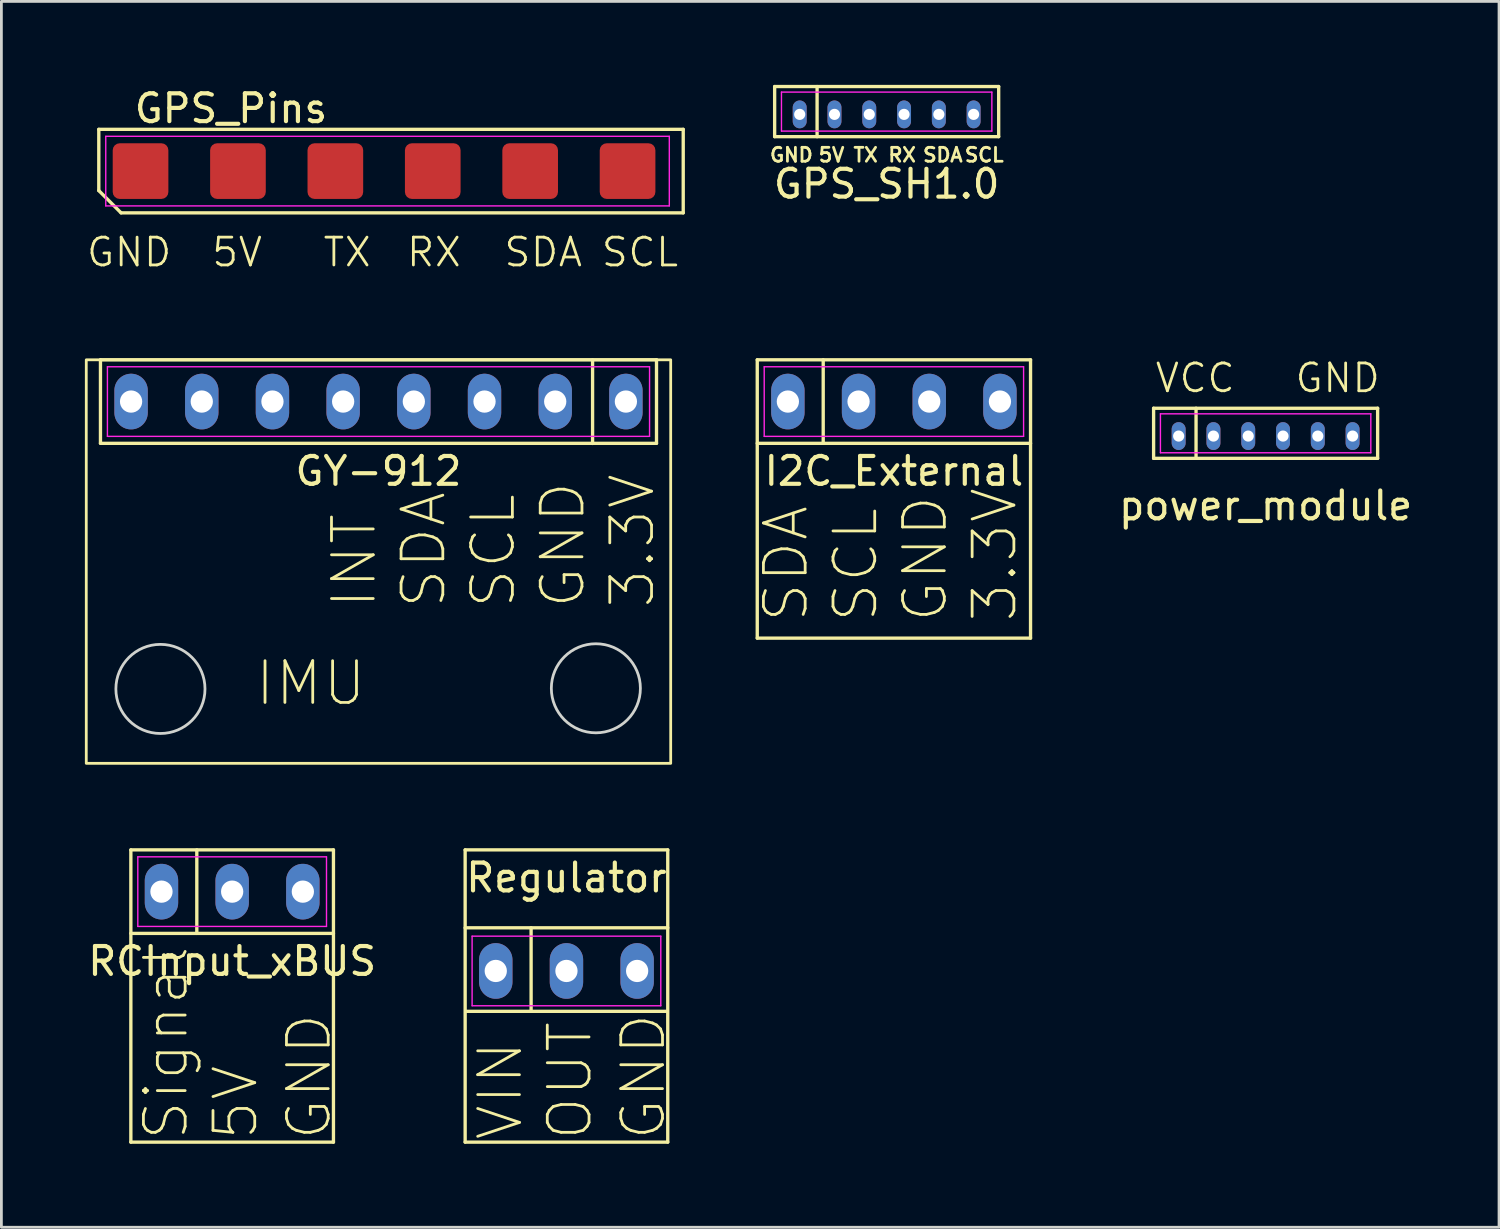
<source format=kicad_pcb>
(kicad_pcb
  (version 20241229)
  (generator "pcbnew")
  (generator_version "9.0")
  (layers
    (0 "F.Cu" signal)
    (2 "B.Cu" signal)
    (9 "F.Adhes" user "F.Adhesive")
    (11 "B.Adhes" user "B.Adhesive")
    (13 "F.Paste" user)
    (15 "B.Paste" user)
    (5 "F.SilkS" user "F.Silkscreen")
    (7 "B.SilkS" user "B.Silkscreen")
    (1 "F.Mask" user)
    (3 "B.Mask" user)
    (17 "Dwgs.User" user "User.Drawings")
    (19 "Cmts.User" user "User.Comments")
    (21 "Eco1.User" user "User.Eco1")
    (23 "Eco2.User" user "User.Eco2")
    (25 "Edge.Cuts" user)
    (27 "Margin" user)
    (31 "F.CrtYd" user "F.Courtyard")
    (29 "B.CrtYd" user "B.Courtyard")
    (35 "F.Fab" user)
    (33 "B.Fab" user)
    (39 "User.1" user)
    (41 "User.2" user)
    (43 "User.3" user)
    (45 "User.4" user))
  (footprint "GPS_Pins"
    (layer "F.Cu")
    (at 9.5 3.098)
    (property "Reference" "GPS_Pins" (at -4.25 -2.25 0) (layer "F.SilkS") (effects (font (size 1 1) (thickness 0.15))))
    (attr smd)
    (fp_line (start -9 -1.5) (end 12 -1.5) (stroke (width 0.12) (type default)) (layer "F.SilkS"))
    (fp_line (start -9 0.7) (end -9 -1.5) (stroke (width 0.12) (type default)) (layer "F.SilkS"))
    (fp_line (start -8.2 1.5) (end -9 0.7) (stroke (width 0.12) (type default)) (layer "F.SilkS"))
    (fp_line (start 12 -1.5) (end 12 1.5) (stroke (width 0.12) (type default)) (layer "F.SilkS"))
    (fp_line (start 12 1.5) (end -8.2 1.5) (stroke (width 0.12) (type default)) (layer "F.SilkS"))
    (fp_line (start -8.75 -1.25) (end 11.5 -1.25) (stroke (width 0.05) (type default)) (layer "F.CrtYd"))
    (fp_line (start -8.75 1.25) (end -8.75 -1.25) (stroke (width 0.05) (type default)) (layer "F.CrtYd"))
    (fp_line (start 11.5 -1.25) (end 11.5 1.25) (stroke (width 0.05) (type default)) (layer "F.CrtYd"))
    (fp_line (start 11.5 1.25) (end -8.75 1.25) (stroke (width 0.05) (type default)) (layer "F.CrtYd"))
    (fp_text user "5V" (at -5 3.5 0) (unlocked yes) (layer "F.SilkS") (effects (font (size 1 1) (thickness 0.1)) (justify left bottom)))
    (fp_text user "SDA" (at 5.5 3.5 0) (unlocked yes) (layer "F.SilkS") (effects (font (size 1 1) (thickness 0.1)) (justify left bottom)))
    (fp_text user "RX" (at 2 3.5 0) (unlocked yes) (layer "F.SilkS") (effects (font (size 1 1) (thickness 0.1)) (justify left bottom)))
    (fp_text user "TX" (at -1 3.5 0) (unlocked yes) (layer "F.SilkS") (effects (font (size 1 1) (thickness 0.1)) (justify left bottom)))
    (fp_text user "SCL" (at 9 3.5 0) (unlocked yes) (layer "F.SilkS") (effects (font (size 1 1) (thickness 0.1)) (justify left bottom)))
    (fp_text user "GND" (at -9.5 3.5 0) (unlocked yes) (layer "F.SilkS") (effects (font (size 1 1) (thickness 0.1)) (justify left bottom)))
    (pad "1" smd roundrect (at -7.5 0) (size 2 2) (layers "F.Cu" "F.Mask" "F.Paste") (roundrect_rratio 0.125))
    (pad "2" smd roundrect (at -4 0) (size 2 2) (layers "F.Cu" "F.Mask" "F.Paste") (roundrect_rratio 0.125))
    (pad "3" smd roundrect (at -0.5 0) (size 2 2) (layers "F.Cu" "F.Mask" "F.Paste") (roundrect_rratio 0.125))
    (pad "4" smd roundrect (at 3 0) (size 2 2) (layers "F.Cu" "F.Mask" "F.Paste") (roundrect_rratio 0.125))
    (pad "5" smd roundrect (at 6.5 0) (size 2 2) (layers "F.Cu" "F.Mask" "F.Paste") (roundrect_rratio 0.125))
    (pad "6" smd roundrect (at 10 0) (size 2 2) (layers "F.Cu" "F.Mask" "F.Paste") (roundrect_rratio 0.125)))
  (footprint "Regulator"
    (layer "F.Cu")
    (at 17.304 28.989)
    (property "Reference" "Regulator" (at 0 -0.5 0) (layer "F.SilkS") (effects (font (size 1 1) (thickness 0.15))))
    (attr through_hole)
    (fp_line (start -3.64 -1.5) (end 3.64 -1.5) (stroke (width 0.12) (type default)) (layer "F.SilkS"))
    (fp_line (start -3.64 1.3) (end 3.64 1.3) (stroke (width 0.12) (type default)) (layer "F.SilkS"))
    (fp_line (start -3.64 9) (end -3.64 -1.5) (stroke (width 0.12) (type default)) (layer "F.SilkS"))
    (fp_line (start -1.27 1.3) (end -1.27 4.3) (stroke (width 0.12) (type default)) (layer "F.SilkS"))
    (fp_line (start 3.6 4.3) (end -3.6 4.3) (stroke (width 0.12) (type default)) (layer "F.SilkS"))
    (fp_line (start 3.64 -1.5) (end 3.64 9) (stroke (width 0.12) (type default)) (layer "F.SilkS"))
    (fp_line (start 3.64 9) (end -3.64 9) (stroke (width 0.12) (type default)) (layer "F.SilkS"))
    (fp_line (start -3.39 1.6) (end 3.39 1.6) (stroke (width 0.05) (type default)) (layer "F.CrtYd"))
    (fp_line (start -3.39 4.1) (end -3.39 1.6) (stroke (width 0.05) (type default)) (layer "F.CrtYd"))
    (fp_line (start 3.39 1.6) (end 3.39 4.1) (stroke (width 0.05) (type default)) (layer "F.CrtYd"))
    (fp_line (start 3.39 4.1) (end -3.39 4.1) (stroke (width 0.05) (type default)) (layer "F.CrtYd"))
    (fp_text user "OUT" (at 1 9 90) (unlocked yes) (layer "F.SilkS") (effects (font (size 1.5 1.5) (thickness 0.1)) (justify left bottom)))
    (fp_text user "GND" (at 3.64 9 90) (unlocked yes) (layer "F.SilkS") (effects (font (size 1.5 1.5) (thickness 0.1)) (justify left bottom)))
    (fp_text user "VIN" (at -1.5 9 90) (unlocked yes) (layer "F.SilkS") (effects (font (size 1.5 1.5) (thickness 0.1)) (justify left bottom)))
    (pad "1" thru_hole oval (at -2.54 2.85) (size 1.2 2) (drill 0.8) (layers "*.Cu" "*.Mask"))
    (pad "2" thru_hole oval (at 0 2.85) (size 1.2 2) (drill 0.8) (layers "*.Cu" "*.Mask"))
    (pad "3" thru_hole oval (at 2.54 2.85) (size 1.2 2) (drill 0.8) (layers "*.Cu" "*.Mask")))
  (footprint "RCInput_xBUS"
    (layer "F.Cu")
    (at 5.292 28.989)
    (property "Reference" "RCInput_xBUS" (at 0 2.5 0) (layer "F.SilkS") (effects (font (size 1 1) (thickness 0.15))))
    (attr through_hole)
    (fp_line (start -3.64 -1.5) (end 3.64 -1.5) (stroke (width 0.12) (type default)) (layer "F.SilkS"))
    (fp_line (start -3.64 9) (end -3.64 -1.5) (stroke (width 0.12) (type default)) (layer "F.SilkS"))
    (fp_line (start -1.27 -1.5) (end -1.27 1.5) (stroke (width 0.12) (type default)) (layer "F.SilkS"))
    (fp_line (start 3.64 -1.5) (end 3.64 9) (stroke (width 0.12) (type default)) (layer "F.SilkS"))
    (fp_line (start 3.64 1.5) (end -3.64 1.5) (stroke (width 0.12) (type default)) (layer "F.SilkS"))
    (fp_line (start 3.64 9) (end -3.64 9) (stroke (width 0.12) (type default)) (layer "F.SilkS"))
    (fp_line (start -3.39 -1.25) (end 3.39 -1.25) (stroke (width 0.05) (type default)) (layer "F.CrtYd"))
    (fp_line (start -3.39 1.25) (end -3.39 -1.25) (stroke (width 0.05) (type default)) (layer "F.CrtYd"))
    (fp_line (start 3.39 -1.25) (end 3.39 1.25) (stroke (width 0.05) (type default)) (layer "F.CrtYd"))
    (fp_line (start 3.39 1.25) (end -3.39 1.25) (stroke (width 0.05) (type default)) (layer "F.CrtYd"))
    (fp_text user "GND" (at 3.64 9 90) (unlocked yes) (layer "F.SilkS") (effects (font (size 1.5 1.5) (thickness 0.1)) (justify left bottom)))
    (fp_text user "5V" (at 1 9 90) (unlocked yes) (layer "F.SilkS") (effects (font (size 1.5 1.5) (thickness 0.1)) (justify left bottom)))
    (fp_text user "Signal" (at -1.5 9 90) (unlocked yes) (layer "F.SilkS") (effects (font (size 1.5 1.5) (thickness 0.1)) (justify left bottom)))
    (pad "1" thru_hole oval (at -2.54 0) (size 1.2 2) (drill 0.8) (layers "*.Cu" "*.Mask"))
    (pad "2" thru_hole oval (at 0 0) (size 1.2 2) (drill 0.8) (layers "*.Cu" "*.Mask"))
    (pad "3" thru_hole oval (at 2.54 0) (size 1.2 2) (drill 0.8) (layers "*.Cu" "*.Mask")))
  (footprint "power_module"
    (layer "F.Cu")
    (at 42.427 12.619)
    (property "Reference" "power_module" (at 0 2.5 0) (layer "F.SilkS") (effects (font (size 1 1) (thickness 0.15))))
    (attr through_hole)
    (fp_line (start -4.025 -1) (end 4.025 -1) (stroke (width 0.12) (type default)) (layer "F.SilkS"))
    (fp_line (start -4.025 0.8) (end -4.025 -1) (stroke (width 0.12) (type default)) (layer "F.SilkS"))
    (fp_line (start -2.5 -1) (end -2.5 0.8) (stroke (width 0.12) (type default)) (layer "F.SilkS"))
    (fp_line (start 4.025 -1) (end 4.025 0.8) (stroke (width 0.12) (type default)) (layer "F.SilkS"))
    (fp_line (start 4.025 0.8) (end -4.025 0.8) (stroke (width 0.12) (type default)) (layer "F.SilkS"))
    (fp_line (start -3.78 -0.8) (end 3.78 -0.8) (stroke (width 0.05) (type default)) (layer "F.CrtYd"))
    (fp_line (start -3.78 0.6) (end -3.78 -0.8) (stroke (width 0.05) (type default)) (layer "F.CrtYd"))
    (fp_line (start 3.78 -0.8) (end 3.78 0.6) (stroke (width 0.05) (type default)) (layer "F.CrtYd"))
    (fp_line (start 3.78 0.6) (end -3.78 0.6) (stroke (width 0.05) (type default)) (layer "F.CrtYd"))
    (fp_text user "VCC" (at -4.025 -1.5 0) (unlocked yes) (layer "F.SilkS") (effects (font (size 1 1) (thickness 0.1)) (justify left bottom)))
    (fp_text user "GND" (at 1 -1.5 0) (unlocked yes) (layer "F.SilkS") (effects (font (size 1 1) (thickness 0.1)) (justify left bottom)))
    (pad "1" thru_hole oval (at -3.125 0) (size 0.5 1) (drill 0.4) (layers "*.Cu" "*.Mask"))
    (pad "2" thru_hole oval (at -1.875 0) (size 0.5 1) (drill 0.4) (layers "*.Cu" "*.Mask"))
    (pad "3" thru_hole oval (at -0.625 0) (size 0.5 1) (drill 0.4) (layers "*.Cu" "*.Mask"))
    (pad "4" thru_hole oval (at 0.625 0) (size 0.5 1) (drill 0.4) (layers "*.Cu" "*.Mask"))
    (pad "5" thru_hole oval (at 1.875 0) (size 0.5 1) (drill 0.4) (layers "*.Cu" "*.Mask"))
    (pad "6" thru_hole oval (at 3.125 0) (size 0.5 1) (drill 0.4) (layers "*.Cu" "*.Mask")))
  (footprint "I2C_External"
    (layer "F.Cu")
    (at 29.07 11.379)
    (property "Reference" "I2C_External" (at 0 2.5 0) (layer "F.SilkS") (effects (font (size 1 1) (thickness 0.15))))
    (attr through_hole)
    (fp_line (start -4.91 -1.5) (end 4.91 -1.5) (stroke (width 0.12) (type default)) (layer "F.SilkS"))
    (fp_line (start -4.91 8.5) (end -4.91 -1.5) (stroke (width 0.12) (type default)) (layer "F.SilkS"))
    (fp_line (start -2.54 -1.5) (end -2.54 1.5) (stroke (width 0.12) (type default)) (layer "F.SilkS"))
    (fp_line (start 4.91 -1.5) (end 4.91 8.5) (stroke (width 0.12) (type default)) (layer "F.SilkS"))
    (fp_line (start 4.91 1.5) (end -4.91 1.5) (stroke (width 0.12) (type default)) (layer "F.SilkS"))
    (fp_line (start 4.91 8.5) (end -4.91 8.5) (stroke (width 0.12) (type default)) (layer "F.SilkS"))
    (fp_line (start -4.66 -1.25) (end 4.66 -1.25) (stroke (width 0.05) (type default)) (layer "F.CrtYd"))
    (fp_line (start -4.66 1.25) (end -4.66 -1.25) (stroke (width 0.05) (type default)) (layer "F.CrtYd"))
    (fp_line (start 4.66 -1.25) (end 4.66 1.25) (stroke (width 0.05) (type default)) (layer "F.CrtYd"))
    (fp_line (start 4.66 1.25) (end -4.66 1.25) (stroke (width 0.05) (type default)) (layer "F.CrtYd"))
    (fp_text user "GND" (at 2 8 90) (unlocked yes) (layer "F.SilkS") (effects (font (size 1.5 1.5) (thickness 0.1)) (justify left bottom)))
    (fp_text user "SCL" (at -0.5 8 90) (unlocked yes) (layer "F.SilkS") (effects (font (size 1.5 1.5) (thickness 0.1)) (justify left bottom)))
    (fp_text user "SDA" (at -3 8 90) (unlocked yes) (layer "F.SilkS") (effects (font (size 1.5 1.5) (thickness 0.1)) (justify left bottom)))
    (fp_text user "3.3V" (at 4.5 8 90) (unlocked yes) (layer "F.SilkS") (effects (font (size 1.5 1.5) (thickness 0.1)) (justify left bottom)))
    (pad "1" thru_hole oval (at -3.81 0) (size 1.2 2) (drill 0.8) (layers "*.Cu" "*.Mask"))
    (pad "2" thru_hole oval (at -1.27 0) (size 1.2 2) (drill 0.8) (layers "*.Cu" "*.Mask"))
    (pad "3" thru_hole oval (at 1.27 0) (size 1.2 2) (drill 0.8) (layers "*.Cu" "*.Mask"))
    (pad "4" thru_hole oval (at 3.81 0) (size 1.2 2) (drill 0.8) (layers "*.Cu" "*.Mask")))
  (footprint "GPS_SH1.0"
    (layer "F.Cu")
    (at 28.81 1.06)
    (property "Reference" "GPS_SH1.0" (at 0 2.5 0) (layer "F.SilkS") (effects (font (size 1 1) (thickness 0.15))))
    (attr through_hole)
    (fp_line (start -4.025 -1) (end 4.025 -1) (stroke (width 0.12) (type default)) (layer "F.SilkS"))
    (fp_line (start -4.025 0.8) (end -4.025 -1) (stroke (width 0.12) (type default)) (layer "F.SilkS"))
    (fp_line (start -2.5 -1) (end -2.5 0.8) (stroke (width 0.12) (type default)) (layer "F.SilkS"))
    (fp_line (start 4.025 -1) (end 4.025 0.8) (stroke (width 0.12) (type default)) (layer "F.SilkS"))
    (fp_line (start 4.025 0.8) (end -4.025 0.8) (stroke (width 0.12) (type default)) (layer "F.SilkS"))
    (fp_line (start -3.78 -0.8) (end 3.78 -0.8) (stroke (width 0.05) (type default)) (layer "F.CrtYd"))
    (fp_line (start -3.78 0.6) (end -3.78 -0.8) (stroke (width 0.05) (type default)) (layer "F.CrtYd"))
    (fp_line (start 3.78 -0.8) (end 3.78 0.6) (stroke (width 0.05) (type default)) (layer "F.CrtYd"))
    (fp_line (start 3.78 0.6) (end -3.78 0.6) (stroke (width 0.05) (type default)) (layer "F.CrtYd"))
    (fp_text user "TX" (at -1.25 1.75 0) (unlocked yes) (layer "F.SilkS") (effects (font (size 0.5 0.5) (thickness 0.1)) (justify left bottom)))
    (fp_text user "SCL" (at 2.75 1.75 0) (unlocked yes) (layer "F.SilkS") (effects (font (size 0.5 0.5) (thickness 0.1)) (justify left bottom)))
    (fp_text user "GND" (at -4.25 1.75 0) (unlocked yes) (layer "F.SilkS") (effects (font (size 0.5 0.5) (thickness 0.1)) (justify left bottom)))
    (fp_text user "5V" (at -2.5 1.75 0) (unlocked yes) (layer "F.SilkS") (effects (font (size 0.5 0.5) (thickness 0.1)) (justify left bottom)))
    (fp_text user "RX" (at 0 1.75 0) (unlocked yes) (layer "F.SilkS") (effects (font (size 0.5 0.5) (thickness 0.1)) (justify left bottom)))
    (fp_text user "SDA" (at 1.25 1.75 0) (unlocked yes) (layer "F.SilkS") (effects (font (size 0.5 0.5) (thickness 0.1)) (justify left bottom)))
    (pad "1" thru_hole oval (at -3.125 0) (size 0.5 1) (drill 0.4) (layers "*.Cu" "*.Mask"))
    (pad "2" thru_hole oval (at -1.875 0) (size 0.5 1) (drill 0.4) (layers "*.Cu" "*.Mask"))
    (pad "3" thru_hole oval (at -0.625 0) (size 0.5 1) (drill 0.4) (layers "*.Cu" "*.Mask"))
    (pad "4" thru_hole oval (at 0.625 0) (size 0.5 1) (drill 0.4) (layers "*.Cu" "*.Mask"))
    (pad "5" thru_hole oval (at 1.875 0) (size 0.5 1) (drill 0.4) (layers "*.Cu" "*.Mask"))
    (pad "6" thru_hole oval (at 3.125 0) (size 0.5 1) (drill 0.4) (layers "*.Cu" "*.Mask")))
  (footprint "GY-912"
    (layer "F.Cu")
    (at 10.55 11.379)
    (property "Reference" "GY-912" (at 0 2.5 0) (layer "F.SilkS") (effects (font (size 1 1) (thickness 0.15))))
    (attr through_hole)
    (fp_line (start -9.99 -1.5) (end 9.99 -1.5) (stroke (width 0.12) (type default)) (layer "F.SilkS"))
    (fp_line (start -9.99 1.5) (end -9.99 -1.5) (stroke (width 0.12) (type default)) (layer "F.SilkS"))
    (fp_line (start 7.693 -1.495) (end 7.693 1.505) (stroke (width 0.12) (type default)) (layer "F.SilkS"))
    (fp_line (start 9.99 -1.5) (end 9.99 1.5) (stroke (width 0.12) (type default)) (layer "F.SilkS"))
    (fp_line (start 9.99 1.5) (end -9.99 1.5) (stroke (width 0.12) (type default)) (layer "F.SilkS"))
    (fp_rect (start -10.5 -1.5) (end 10.5 13) (stroke (width 0.1) (type default)) (fill no) (layer "F.SilkS"))
    (fp_circle (center -7.835 10.326) (end -6.234 10.326) (stroke (width 0.1) (type default)) (fill no) (layer "Edge.Cuts"))
    (fp_circle (center 7.811 10.303) (end 9.411 10.303) (stroke (width 0.1) (type default)) (fill no) (layer "Edge.Cuts"))
    (fp_line (start -9.74 -1.25) (end 9.74 -1.25) (stroke (width 0.05) (type default)) (layer "F.CrtYd"))
    (fp_line (start -9.74 1.25) (end -9.74 -1.25) (stroke (width 0.05) (type default)) (layer "F.CrtYd"))
    (fp_line (start 9.74 -1.25) (end 9.74 1.25) (stroke (width 0.05) (type default)) (layer "F.CrtYd"))
    (fp_line (start 9.74 1.25) (end -9.74 1.25) (stroke (width 0.05) (type default)) (layer "F.CrtYd"))
    (fp_text user "IMU" (at -4.5 11 0) (unlocked yes) (layer "F.SilkS") (effects (font (size 1.5 1.5) (thickness 0.1)) (justify left bottom)))
    (fp_text user "SCL" (at 5 7.5 90) (unlocked yes) (layer "F.SilkS") (effects (font (size 1.5 1.5) (thickness 0.1)) (justify left bottom)))
    (fp_text user "SDA" (at 2.5 7.5 90) (unlocked yes) (layer "F.SilkS") (effects (font (size 1.5 1.5) (thickness 0.1)) (justify left bottom)))
    (fp_text user "INT" (at 0 7.5 90) (unlocked yes) (layer "F.SilkS") (effects (font (size 1.5 1.5) (thickness 0.1)) (justify left bottom)))
    (fp_text user "3.3V" (at 10 7.5 90) (unlocked yes) (layer "F.SilkS") (effects (font (size 1.5 1.5) (thickness 0.1)) (justify left bottom)))
    (fp_text user "GND" (at 7.5 7.5 90) (unlocked yes) (layer "F.SilkS") (effects (font (size 1.5 1.5) (thickness 0.1)) (justify left bottom)))
    (pad "1" thru_hole oval (at 8.89 0) (size 1.2 2) (drill 0.8) (layers "*.Cu" "*.Mask"))
    (pad "2" thru_hole oval (at 6.35 0) (size 1.2 2) (drill 0.8) (layers "*.Cu" "*.Mask"))
    (pad "3" thru_hole oval (at 3.81 0) (size 1.2 2) (drill 0.8) (layers "*.Cu" "*.Mask"))
    (pad "4" thru_hole oval (at 1.27 0) (size 1.2 2) (drill 0.8) (layers "*.Cu" "*.Mask"))
    (pad "5" thru_hole oval (at -1.27 0) (size 1.2 2) (drill 0.8) (layers "*.Cu" "*.Mask"))
    (pad "6" thru_hole oval (at -3.81 0) (size 1.2 2) (drill 0.8) (layers "*.Cu" "*.Mask"))
    (pad "7" thru_hole oval (at -6.35 0) (size 1.2 2) (drill 0.8) (layers "*.Cu" "*.Mask"))
    (pad "8" thru_hole oval (at -8.89 0) (size 1.2 2) (drill 0.8) (layers "*.Cu" "*.Mask")))
  (gr_rect
    (start -3 -3)
    (end 50.814 41.049)
    (stroke (width 0.1) (type default))
    (fill no)
    (layer "Edge.Cuts")))
</source>
